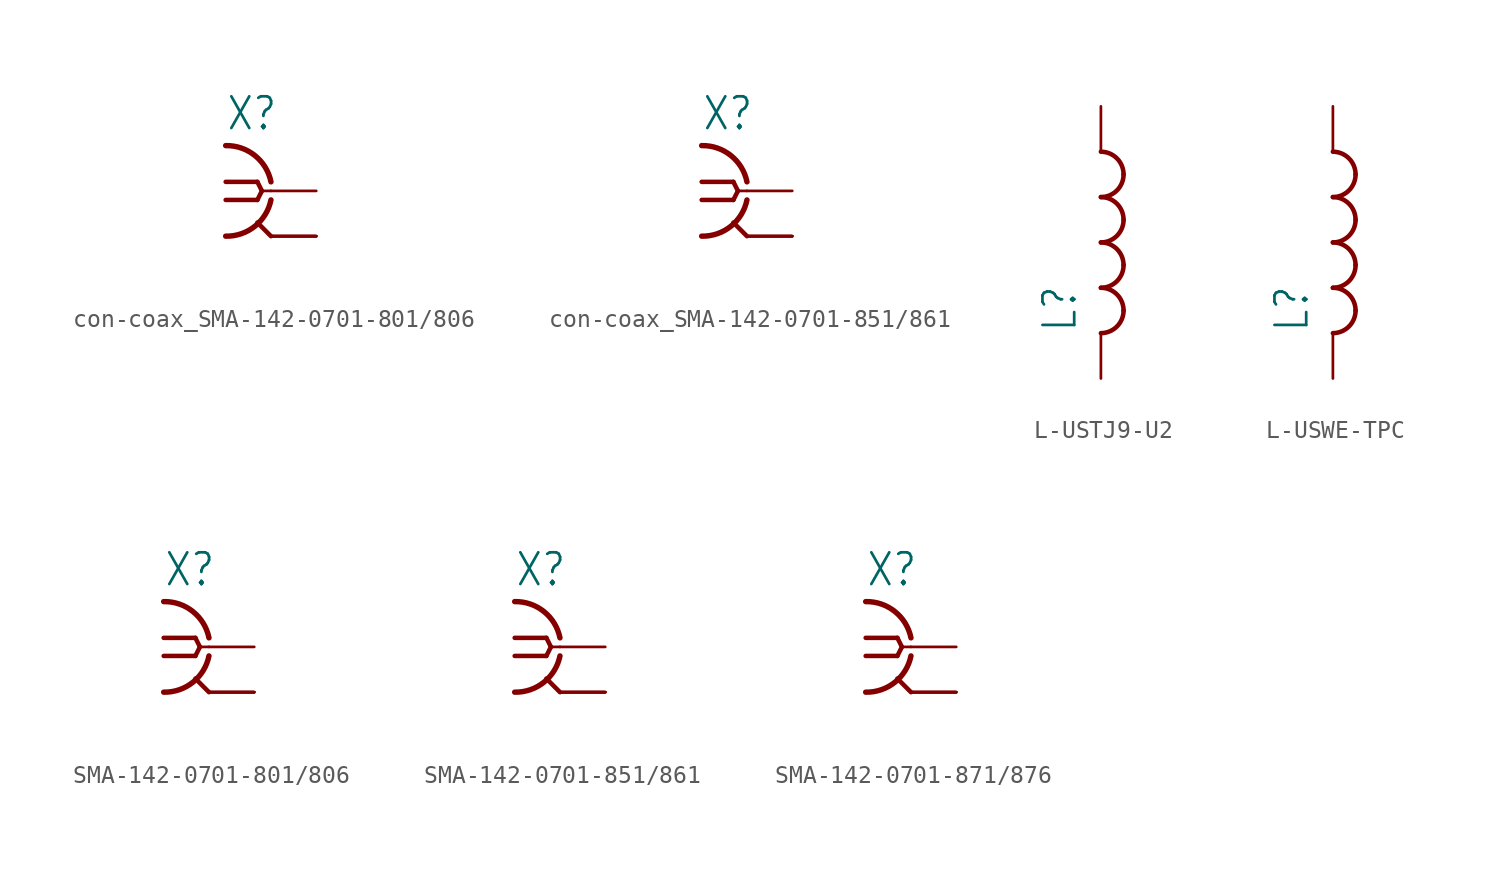
<source format=kicad_sym>
(kicad_symbol_lib
  (version 20241209)
  (generator "kicad_symbol_editor")
  (generator_version "9.0")
  (symbol "con-coax_SMA-142-0701-801/806"
    (property "Reference" "X"
      (at -2.54 3.302 0)
      (effects (font (size 1.778 1.511)) (justify left bottom)))
    (property "Value" ""
      (at -2.54 -5.08 0)
      (effects (font (size 1.778 1.511)) (justify left bottom)))
    (property "ki_locked" ""
      (at 0 0 0)
      (effects (font (size 1.27 1.27))))
    (symbol "con-coax_SMA-142-0701-801/806_1_0"
      (polyline (pts (xy -2.54 0.508) (xy -0.762 0.508)) (stroke (width 0.254) (type solid)) (fill (type none)))
      (arc (start -2.54 2.54) (mid -0.9022 1.9838) (end 0 0.508) (stroke (width 0.3048) (type solid)) (fill (type none)))
      (arc (start 0 -0.508) (mid -0.9022 -1.9838) (end -2.54 -2.54) (stroke (width 0.3048) (type solid)) (fill (type none)))
      (polyline (pts (xy -0.762 0.508) (xy -0.508 0)) (stroke (width 0.254) (type solid)) (fill (type none)))
      (polyline (pts (xy -0.762 -0.508) (xy -2.54 -0.508)) (stroke (width 0.254) (type solid)) (fill (type none)))
      (polyline (pts (xy -0.508 0) (xy -0.762 -0.508)) (stroke (width 0.254) (type solid)) (fill (type none)))
      (polyline (pts (xy 0 0) (xy -0.508 0)) (stroke (width 0.152) (type solid)) (fill (type none)))
      (polyline (pts (xy 0 -2.54) (xy -0.762 -1.778)) (stroke (width 0.254) (type solid)) (fill (type none)))
      (pin passive line (at 2.54 0 180) (length 2.54) (name "1" (effects (font (size 0 0)))) (number "1" (effects (font (size 0 0)))))
      (pin passive line (at 2.54 -2.54 180) (length 2.54) (name "2" (effects (font (size 0 0)))) (number "G@1" (effects (font (size 0 0)))))
      (pin passive line (at 2.54 -2.54 180) (length 2.54) (name "2" (effects (font (size 0 0)))) (number "G@2" (effects (font (size 0 0)))))
      (pin passive line (at 2.54 -2.54 180) (length 2.54) (name "2" (effects (font (size 0 0)))) (number "G@3" (effects (font (size 0 0)))))
      (pin passive line (at 2.54 -2.54 180) (length 2.54) (name "2" (effects (font (size 0 0)))) (number "G@4" (effects (font (size 0 0)))))))
  (symbol "con-coax_SMA-142-0701-851/861"
    (property "Reference" "X"
      (at -2.54 3.302 0)
      (effects (font (size 1.778 1.511)) (justify left bottom)))
    (property "Value" ""
      (at -2.54 -5.08 0)
      (effects (font (size 1.778 1.511)) (justify left bottom)))
    (property "ki_locked" ""
      (at 0 0 0)
      (effects (font (size 1.27 1.27))))
    (symbol "con-coax_SMA-142-0701-851/861_1_0"
      (polyline (pts (xy -2.54 0.508) (xy -0.762 0.508)) (stroke (width 0.254) (type solid)) (fill (type none)))
      (arc (start -2.54 2.54) (mid -0.9022 1.9838) (end 0 0.508) (stroke (width 0.3048) (type solid)) (fill (type none)))
      (arc (start 0 -0.508) (mid -0.9022 -1.9838) (end -2.54 -2.54) (stroke (width 0.3048) (type solid)) (fill (type none)))
      (polyline (pts (xy -0.762 0.508) (xy -0.508 0)) (stroke (width 0.254) (type solid)) (fill (type none)))
      (polyline (pts (xy -0.762 -0.508) (xy -2.54 -0.508)) (stroke (width 0.254) (type solid)) (fill (type none)))
      (polyline (pts (xy -0.508 0) (xy -0.762 -0.508)) (stroke (width 0.254) (type solid)) (fill (type none)))
      (polyline (pts (xy 0 0) (xy -0.508 0)) (stroke (width 0.152) (type solid)) (fill (type none)))
      (polyline (pts (xy 0 -2.54) (xy -0.762 -1.778)) (stroke (width 0.254) (type solid)) (fill (type none)))
      (pin passive line (at 2.54 0 180) (length 2.54) (name "1" (effects (font (size 0 0)))) (number "1" (effects (font (size 0 0)))))
      (pin passive line (at 2.54 -2.54 180) (length 2.54) (name "2" (effects (font (size 0 0)))) (number "G@1" (effects (font (size 0 0)))))
      (pin passive line (at 2.54 -2.54 180) (length 2.54) (name "2" (effects (font (size 0 0)))) (number "G@2" (effects (font (size 0 0)))))
      (pin passive line (at 2.54 -2.54 180) (length 2.54) (name "2" (effects (font (size 0 0)))) (number "G@3" (effects (font (size 0 0)))))
      (pin passive line (at 2.54 -2.54 180) (length 2.54) (name "2" (effects (font (size 0 0)))) (number "G@4" (effects (font (size 0 0)))))))
  (symbol "L-USTJ9-U2"
    (property "Reference" "L"
      (at -1.27 -5.08 90)
      (effects (font (size 1.778 1.511)) (justify left bottom)))
    (property "Value" ""
      (at 3.81 -5.08 90)
      (effects (font (size 1.778 1.511)) (justify left bottom)))
    (property "ki_locked" ""
      (at 0 0 0)
      (effects (font (size 1.27 1.27))))
    (symbol "L-USTJ9-U2_1_0"
      (arc (start 1.27 3.81) (mid 0.898 2.912) (end 0 2.54) (stroke (width 0.254) (type solid)) (fill (type none)))
      (arc (start 0 5.08) (mid 0.898 4.708) (end 1.27 3.81) (stroke (width 0.254) (type solid)) (fill (type none)))
      (arc (start 1.27 1.27) (mid 0.898 0.372) (end 0 0) (stroke (width 0.254) (type solid)) (fill (type none)))
      (arc (start 0 2.54) (mid 0.898 2.168) (end 1.27 1.27) (stroke (width 0.254) (type solid)) (fill (type none)))
      (arc (start 1.27 -1.27) (mid 0.898 -2.168) (end 0 -2.54) (stroke (width 0.254) (type solid)) (fill (type none)))
      (arc (start 0 0) (mid 0.898 -0.372) (end 1.27 -1.27) (stroke (width 0.254) (type solid)) (fill (type none)))
      (arc (start 1.27 -3.81) (mid 0.898 -4.708) (end 0 -5.08) (stroke (width 0.254) (type solid)) (fill (type none)))
      (arc (start 0 -2.54) (mid 0.898 -2.912) (end 1.27 -3.81) (stroke (width 0.254) (type solid)) (fill (type none)))
      (pin passive line (at 0 7.62 270) (length 2.54) (name "1" (effects (font (size 0 0)))) (number "1" (effects (font (size 0 0)))))
      (pin passive line (at 0 -7.62 90) (length 2.54) (name "2" (effects (font (size 0 0)))) (number "2" (effects (font (size 0 0)))))))
  (symbol "L-USWE-TPC"
    (property "Reference" "L"
      (at -1.27 -5.08 90)
      (effects (font (size 1.778 1.511)) (justify left bottom)))
    (property "Value" ""
      (at 3.81 -5.08 90)
      (effects (font (size 1.778 1.511)) (justify left bottom)))
    (property "ki_locked" ""
      (at 0 0 0)
      (effects (font (size 1.27 1.27))))
    (symbol "L-USWE-TPC_1_0"
      (arc (start 1.27 3.81) (mid 0.898 2.912) (end 0 2.54) (stroke (width 0.254) (type solid)) (fill (type none)))
      (arc (start 0 5.08) (mid 0.898 4.708) (end 1.27 3.81) (stroke (width 0.254) (type solid)) (fill (type none)))
      (arc (start 1.27 1.27) (mid 0.898 0.372) (end 0 0) (stroke (width 0.254) (type solid)) (fill (type none)))
      (arc (start 0 2.54) (mid 0.898 2.168) (end 1.27 1.27) (stroke (width 0.254) (type solid)) (fill (type none)))
      (arc (start 1.27 -1.27) (mid 0.898 -2.168) (end 0 -2.54) (stroke (width 0.254) (type solid)) (fill (type none)))
      (arc (start 0 0) (mid 0.898 -0.372) (end 1.27 -1.27) (stroke (width 0.254) (type solid)) (fill (type none)))
      (arc (start 1.27 -3.81) (mid 0.898 -4.708) (end 0 -5.08) (stroke (width 0.254) (type solid)) (fill (type none)))
      (arc (start 0 -2.54) (mid 0.898 -2.912) (end 1.27 -3.81) (stroke (width 0.254) (type solid)) (fill (type none)))
      (pin passive line (at 0 7.62 270) (length 2.54) (name "1" (effects (font (size 0 0)))) (number "1" (effects (font (size 0 0)))))
      (pin passive line (at 0 -7.62 90) (length 2.54) (name "2" (effects (font (size 0 0)))) (number "2" (effects (font (size 0 0)))))))
  (symbol "SMA-142-0701-801/806"
    (property "Reference" "X"
      (at -2.54 3.302 0)
      (effects (font (size 1.778 1.511)) (justify left bottom)))
    (property "Value" ""
      (at -2.54 -5.08 0)
      (effects (font (size 1.778 1.511)) (justify left bottom)))
    (property "ki_locked" ""
      (at 0 0 0)
      (effects (font (size 1.27 1.27))))
    (symbol "SMA-142-0701-801/806_1_0"
      (polyline (pts (xy -2.54 0.508) (xy -0.762 0.508)) (stroke (width 0.254) (type solid)) (fill (type none)))
      (arc (start 0 -0.508) (mid -0.9022 -1.9838) (end -2.54 -2.54) (stroke (width 0.3048) (type solid)) (fill (type none)))
      (arc (start -2.54 2.54) (mid -0.9022 1.9838) (end 0 0.508) (stroke (width 0.3048) (type solid)) (fill (type none)))
      (polyline (pts (xy -0.762 0.508) (xy -0.508 0)) (stroke (width 0.254) (type solid)) (fill (type none)))
      (polyline (pts (xy -0.762 -0.508) (xy -2.54 -0.508)) (stroke (width 0.254) (type solid)) (fill (type none)))
      (polyline (pts (xy -0.508 0) (xy -0.762 -0.508)) (stroke (width 0.254) (type solid)) (fill (type none)))
      (polyline (pts (xy 0 0) (xy -0.508 0)) (stroke (width 0.152) (type solid)) (fill (type none)))
      (polyline (pts (xy 0 -2.54) (xy -0.762 -1.778)) (stroke (width 0.254) (type solid)) (fill (type none)))
      (pin passive line (at 2.54 0 180) (length 2.54) (name "1" (effects (font (size 0 0)))) (number "1" (effects (font (size 0 0)))))
      (pin passive line (at 2.54 -2.54 180) (length 2.54) (name "2" (effects (font (size 0 0)))) (number "G@1" (effects (font (size 0 0)))))
      (pin passive line (at 2.54 -2.54 180) (length 2.54) (name "2" (effects (font (size 0 0)))) (number "G@2" (effects (font (size 0 0)))))
      (pin passive line (at 2.54 -2.54 180) (length 2.54) (name "2" (effects (font (size 0 0)))) (number "G@3" (effects (font (size 0 0)))))
      (pin passive line (at 2.54 -2.54 180) (length 2.54) (name "2" (effects (font (size 0 0)))) (number "G@4" (effects (font (size 0 0)))))))
  (symbol "SMA-142-0701-851/861"
    (property "Reference" "X"
      (at -2.54 3.302 0)
      (effects (font (size 1.778 1.511)) (justify left bottom)))
    (property "Value" ""
      (at -2.54 -5.08 0)
      (effects (font (size 1.778 1.511)) (justify left bottom)))
    (property "ki_locked" ""
      (at 0 0 0)
      (effects (font (size 1.27 1.27))))
    (symbol "SMA-142-0701-851/861_1_0"
      (polyline (pts (xy -2.54 0.508) (xy -0.762 0.508)) (stroke (width 0.254) (type solid)) (fill (type none)))
      (arc (start 0 -0.508) (mid -0.9022 -1.9838) (end -2.54 -2.54) (stroke (width 0.3048) (type solid)) (fill (type none)))
      (arc (start -2.54 2.54) (mid -0.9022 1.9838) (end 0 0.508) (stroke (width 0.3048) (type solid)) (fill (type none)))
      (polyline (pts (xy -0.762 0.508) (xy -0.508 0)) (stroke (width 0.254) (type solid)) (fill (type none)))
      (polyline (pts (xy -0.762 -0.508) (xy -2.54 -0.508)) (stroke (width 0.254) (type solid)) (fill (type none)))
      (polyline (pts (xy -0.508 0) (xy -0.762 -0.508)) (stroke (width 0.254) (type solid)) (fill (type none)))
      (polyline (pts (xy 0 0) (xy -0.508 0)) (stroke (width 0.152) (type solid)) (fill (type none)))
      (polyline (pts (xy 0 -2.54) (xy -0.762 -1.778)) (stroke (width 0.254) (type solid)) (fill (type none)))
      (pin passive line (at 2.54 0 180) (length 2.54) (name "1" (effects (font (size 0 0)))) (number "1" (effects (font (size 0 0)))))
      (pin passive line (at 2.54 -2.54 180) (length 2.54) (name "2" (effects (font (size 0 0)))) (number "G@1" (effects (font (size 0 0)))))
      (pin passive line (at 2.54 -2.54 180) (length 2.54) (name "2" (effects (font (size 0 0)))) (number "G@2" (effects (font (size 0 0)))))
      (pin passive line (at 2.54 -2.54 180) (length 2.54) (name "2" (effects (font (size 0 0)))) (number "G@3" (effects (font (size 0 0)))))
      (pin passive line (at 2.54 -2.54 180) (length 2.54) (name "2" (effects (font (size 0 0)))) (number "G@4" (effects (font (size 0 0)))))))
  (symbol "SMA-142-0701-871/876"
    (property "Reference" "X"
      (at -2.54 3.302 0)
      (effects (font (size 1.778 1.511)) (justify left bottom)))
    (property "Value" ""
      (at -2.54 -5.08 0)
      (effects (font (size 1.778 1.511)) (justify left bottom)))
    (property "ki_locked" ""
      (at 0 0 0)
      (effects (font (size 1.27 1.27))))
    (symbol "SMA-142-0701-871/876_1_0"
      (polyline (pts (xy -2.54 0.508) (xy -0.762 0.508)) (stroke (width 0.254) (type solid)) (fill (type none)))
      (arc (start 0 -0.508) (mid -0.9022 -1.9838) (end -2.54 -2.54) (stroke (width 0.3048) (type solid)) (fill (type none)))
      (arc (start -2.54 2.54) (mid -0.9022 1.9838) (end 0 0.508) (stroke (width 0.3048) (type solid)) (fill (type none)))
      (polyline (pts (xy -0.762 0.508) (xy -0.508 0)) (stroke (width 0.254) (type solid)) (fill (type none)))
      (polyline (pts (xy -0.762 -0.508) (xy -2.54 -0.508)) (stroke (width 0.254) (type solid)) (fill (type none)))
      (polyline (pts (xy -0.508 0) (xy -0.762 -0.508)) (stroke (width 0.254) (type solid)) (fill (type none)))
      (polyline (pts (xy 0 0) (xy -0.508 0)) (stroke (width 0.152) (type solid)) (fill (type none)))
      (polyline (pts (xy 0 -2.54) (xy -0.762 -1.778)) (stroke (width 0.254) (type solid)) (fill (type none)))
      (pin passive line (at 2.54 0 180) (length 2.54) (name "1" (effects (font (size 0 0)))) (number "1" (effects (font (size 0 0)))))
      (pin passive line (at 2.54 -2.54 180) (length 2.54) (name "2" (effects (font (size 0 0)))) (number "G@1" (effects (font (size 0 0)))))
      (pin passive line (at 2.54 -2.54 180) (length 2.54) (name "2" (effects (font (size 0 0)))) (number "G@2" (effects (font (size 0 0)))))
      (pin passive line (at 2.54 -2.54 180) (length 2.54) (name "2" (effects (font (size 0 0)))) (number "G@3" (effects (font (size 0 0)))))
      (pin passive line (at 2.54 -2.54 180) (length 2.54) (name "2" (effects (font (size 0 0)))) (number "G@4" (effects (font (size 0 0))))))))
</source>
